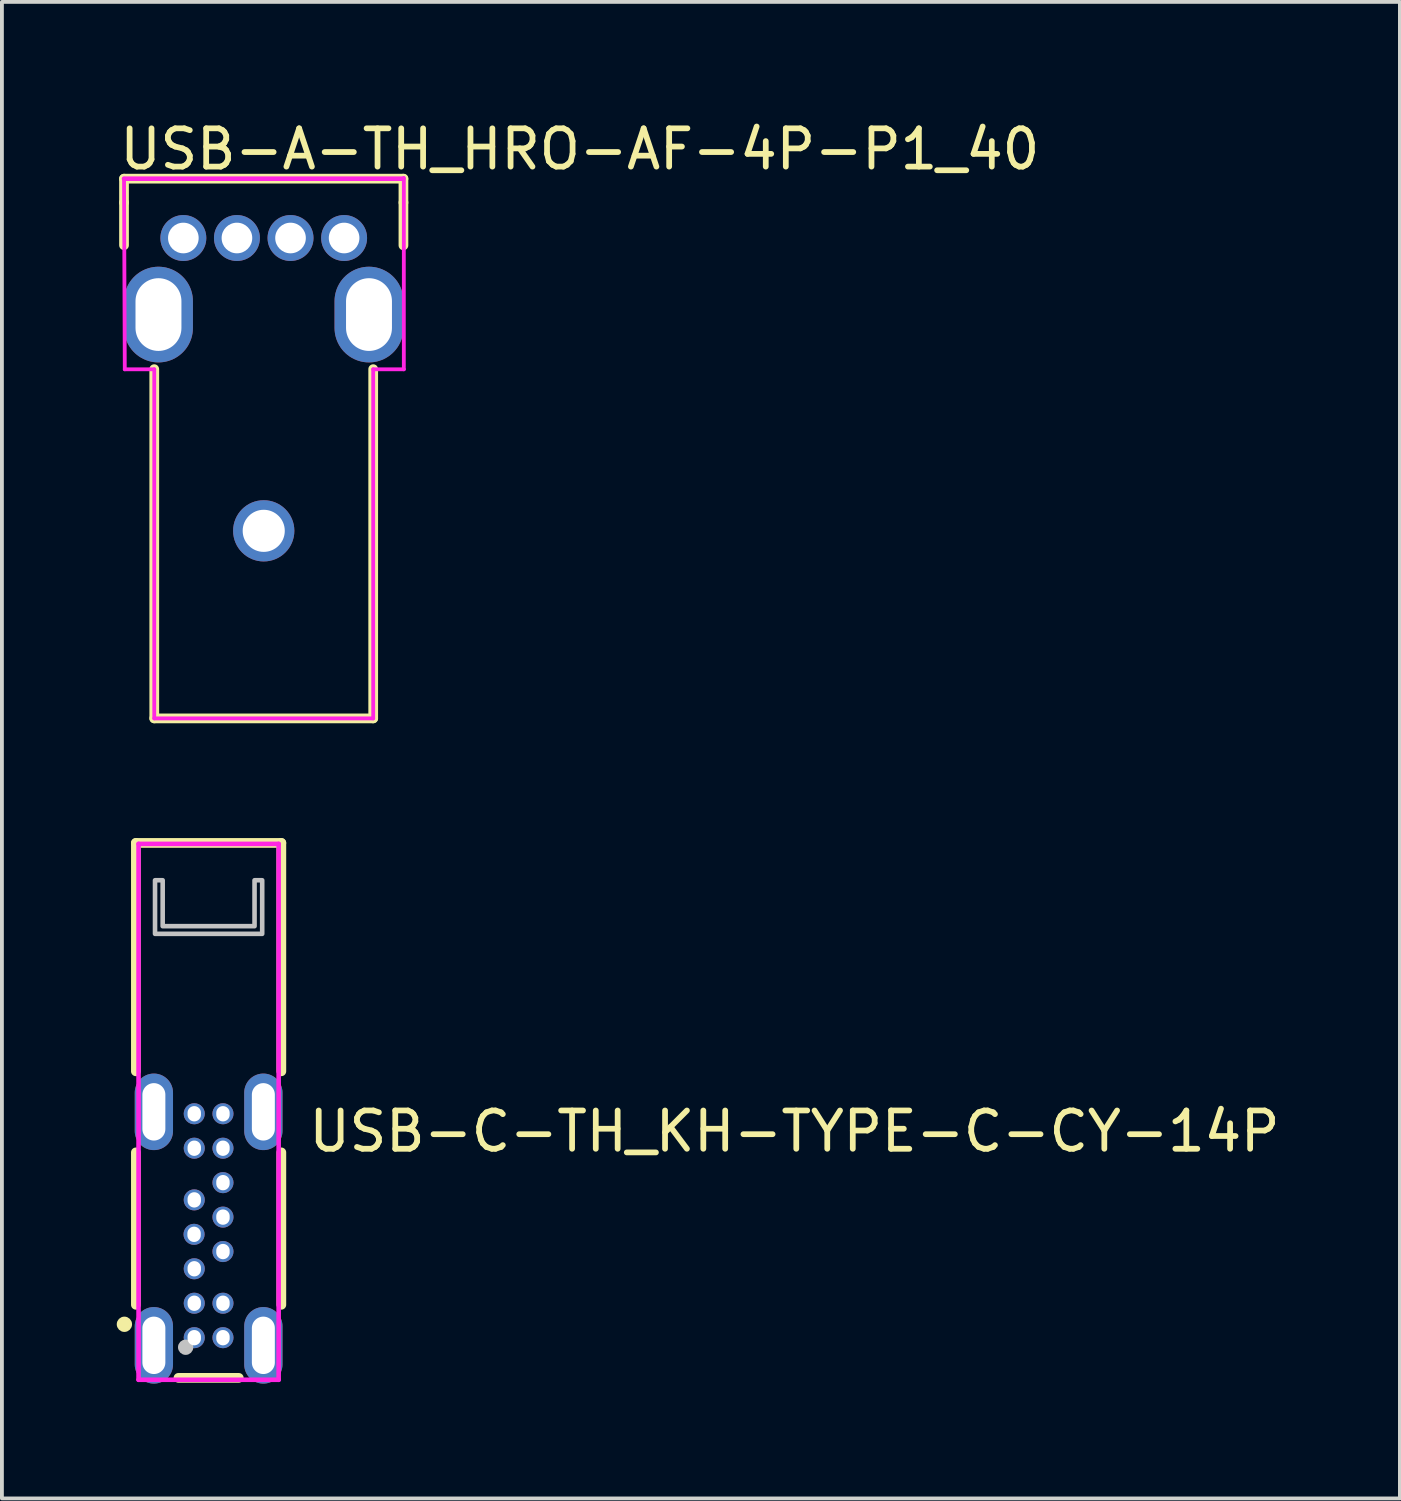
<source format=kicad_pcb>
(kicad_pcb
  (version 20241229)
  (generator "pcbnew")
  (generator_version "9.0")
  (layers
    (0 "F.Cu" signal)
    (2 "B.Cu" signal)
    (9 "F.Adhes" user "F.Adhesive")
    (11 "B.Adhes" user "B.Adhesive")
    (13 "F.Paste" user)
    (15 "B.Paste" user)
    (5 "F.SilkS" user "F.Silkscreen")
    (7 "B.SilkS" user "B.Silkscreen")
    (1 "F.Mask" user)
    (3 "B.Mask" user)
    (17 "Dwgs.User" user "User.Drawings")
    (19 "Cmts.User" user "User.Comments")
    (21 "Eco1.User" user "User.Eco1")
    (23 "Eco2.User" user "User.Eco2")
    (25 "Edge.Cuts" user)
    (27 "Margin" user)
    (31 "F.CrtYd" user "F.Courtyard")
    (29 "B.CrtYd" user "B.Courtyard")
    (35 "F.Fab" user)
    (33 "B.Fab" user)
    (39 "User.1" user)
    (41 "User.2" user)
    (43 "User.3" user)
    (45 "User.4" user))
  (footprint "USB-A-TH_HRO-AF-4P-P1_40"
    (layer "F.Cu")
    (at 3.84 5.168)
    (property "Reference" "USB-A-TH_HRO-AF-4P-P1_40" (at -3.84 -4.32 0) (layer "F.SilkS") (effects (font (size 1 1) (thickness 0.15)) (justify left)))
    (attr through_hole)
    (fp_line (start -3.65 -3.55) (end -3.65 -2.926) (stroke (width 0.254) (type default)) (layer "F.SilkS"))
    (fp_line (start -3.65 -3.55) (end 3.65 -3.55) (stroke (width 0.254) (type solid)) (layer "F.SilkS"))
    (fp_line (start -3.65 -2.926) (end -3.65 -1.812) (stroke (width 0.254) (type solid)) (layer "F.SilkS"))
    (fp_line (start -2.86 10.55) (end -2.86 1.426) (stroke (width 0.254) (type solid)) (layer "F.SilkS"))
    (fp_line (start -2.86 10.55) (end 2.86 10.55) (stroke (width 0.254) (type solid)) (layer "F.SilkS"))
    (fp_line (start 2.86 10.55) (end 2.86 1.426) (stroke (width 0.254) (type solid)) (layer "F.SilkS"))
    (fp_line (start 3.65 -3.55) (end 3.65 -2.926) (stroke (width 0.254) (type default)) (layer "F.SilkS"))
    (fp_line (start 3.65 -2.926) (end 3.65 -1.808) (stroke (width 0.254) (type solid)) (layer "F.SilkS"))
    (fp_circle (center 2.9 -2.926) (end 2.93 -2.926) (stroke (width 0.06) (type solid)) (fill no) (layer "Eco2.User"))
    (fp_poly (pts (xy -2.6 -0.75) (xy -2.6 0.75) (xy -2.9 0.75) (xy -2.9 -0.75)) (stroke (width 0.12) (type solid)) (fill no) (layer "Eco2.User"))
    (fp_poly (pts (xy -2.35 -2.15) (xy -1.85 -2.15) (xy -1.85 -1.85) (xy -2.35 -1.85)) (stroke (width 0.12) (type solid)) (fill no) (layer "Eco2.User"))
    (fp_poly (pts (xy -0.95 -2.15) (xy -0.45 -2.15) (xy -0.45 -1.85) (xy -0.95 -1.85)) (stroke (width 0.12) (type solid)) (fill no) (layer "Eco2.User"))
    (fp_poly (pts (xy 0.24 5.3) (xy 0.24 6) (xy -0.26 6) (xy -0.26 5.3)) (stroke (width 0.12) (type solid)) (fill no) (layer "Eco2.User"))
    (fp_poly (pts (xy 0.95 -1.85) (xy 0.45 -1.85) (xy 0.45 -2.15) (xy 0.95 -2.15)) (stroke (width 0.12) (type solid)) (fill no) (layer "Eco2.User"))
    (fp_poly (pts (xy 1.85 -2.15) (xy 2.35 -2.15) (xy 2.35 -1.85) (xy 1.85 -1.85)) (stroke (width 0.12) (type solid)) (fill no) (layer "Eco2.User"))
    (fp_poly (pts (xy 2.9 -0.75) (xy 2.9 0.75) (xy 2.6 0.75) (xy 2.6 -0.75)) (stroke (width 0.12) (type solid)) (fill no) (layer "Eco2.User"))
    (fp_line (start -3.65 -3.55) (end -3.63 1.43) (stroke (width 0.1) (type default)) (layer "F.CrtYd"))
    (fp_line (start -3.65 -3.55) (end 3.65 -3.55) (stroke (width 0.12) (type solid)) (layer "F.CrtYd"))
    (fp_line (start -2.86 1.43) (end -3.63 1.43) (stroke (width 0.1) (type default)) (layer "F.CrtYd"))
    (fp_line (start -2.86 10.55) (end -2.86 1.43) (stroke (width 0.1) (type default)) (layer "F.CrtYd"))
    (fp_line (start 2.86 1.43) (end 2.86 10.55) (stroke (width 0.1) (type default)) (layer "F.CrtYd"))
    (fp_line (start 2.86 10.55) (end -2.86 10.55) (stroke (width 0.1) (type default)) (layer "F.CrtYd"))
    (fp_line (start 3.66 -3.57) (end 3.66 1.43) (stroke (width 0.1) (type default)) (layer "F.CrtYd"))
    (fp_line (start 3.66 1.43) (end 2.86 1.43) (stroke (width 0.1) (type default)) (layer "F.CrtYd"))
    (pad "1" thru_hole circle (at 2.1 -2) (size 1.2 1.2) (drill 0.8) (layers "*.Cu" "*.Mask"))
    (pad "2" thru_hole circle (at 0.7 -2 180) (size 1.2 1.2) (drill 0.8) (layers "*.Cu" "*.Mask"))
    (pad "3" thru_hole circle (at -0.7 -2) (size 1.2 1.2) (drill 0.8) (layers "*.Cu" "*.Mask"))
    (pad "4" thru_hole circle (at -2.1 -2) (size 1.2 1.2) (drill 0.8) (layers "*.Cu" "*.Mask"))
    (pad "S1" thru_hole oval (at -2.75 0 90) (size 2.5 1.8) (drill oval 1.9 1.2) (layers "*.Cu" "*.Mask"))
    (pad "S2" thru_hole oval (at 2.75 0 90) (size 2.5 1.8) (drill oval 1.9 1.2) (layers "*.Cu" "*.Mask"))
    (pad "S3" thru_hole circle (at 0 5.65 180) (size 1.6 1.6) (drill 1.1) (layers "*.Cu" "*.Mask")))
  (footprint "USB-C-TH_KH-TYPE-C-CY-14P"
    (layer "F.Cu")
    (at 2.4 29.047)
    (property "Reference" "USB-C-TH_KH-TYPE-C-CY-14P" (at 2.54 -2.54 0) (layer "F.SilkS") (effects (font (size 1 1) (thickness 0.15)) (justify left)))
    (attr through_hole)
    (fp_line (start -1.9 -10.075) (end 1.9 -10.075) (stroke (width 0.254) (type solid)) (layer "F.SilkS"))
    (fp_line (start -1.9 -4.109) (end -1.9 -10.075) (stroke (width 0.254) (type solid)) (layer "F.SilkS"))
    (fp_line (start -1.9 1.991) (end -1.9 -1.991) (stroke (width 0.254) (type solid)) (layer "F.SilkS"))
    (fp_line (start -0.788 3.9) (end 0.788 3.9) (stroke (width 0.254) (type solid)) (layer "F.SilkS"))
    (fp_line (start 1.9 -10.075) (end 1.9 -4.109) (stroke (width 0.254) (type solid)) (layer "F.SilkS"))
    (fp_line (start 1.9 -1.991) (end 1.9 1.991) (stroke (width 0.254) (type solid)) (layer "F.SilkS"))
    (fp_circle (center -2.2 2.5) (end -2.1 2.5) (stroke (width 0.2) (type solid)) (fill no) (layer "F.SilkS"))
    (fp_circle (center -0.6 3.1) (end -0.5 3.1) (stroke (width 0.2) (type solid)) (fill no) (layer "Dwgs.User"))
    (fp_poly (pts (xy -1.4 -9.1) (xy -1.4 -7.7) (xy 1.4 -7.7) (xy 1.4 -9.1) (xy 1.2 -9.1) (xy 1.2 -7.9) (xy -1.2 -7.9) (xy -1.2 -9.1)) (stroke (width 0.12) (type solid)) (fill no) (layer "Dwgs.User"))
    (fp_circle (center -1.83 3.95) (end -1.8 3.95) (stroke (width 0.06) (type solid)) (fill no) (layer "Eco2.User"))
    (fp_poly (pts (xy -1.58 -3.55) (xy -1.28 -3.55) (xy -1.28 -2.55) (xy -1.58 -2.55)) (stroke (width 0.12) (type solid)) (fill no) (layer "Eco2.User"))
    (fp_poly (pts (xy -1.58 2.35) (xy -1.28 2.35) (xy -1.28 3.75) (xy -1.58 3.75)) (stroke (width 0.12) (type solid)) (fill no) (layer "Eco2.User"))
    (fp_poly (pts (xy -0.43 0.275) (xy -0.43 0.025) (xy -0.33 0.025) (xy -0.33 0.275)) (stroke (width 0.12) (type solid)) (fill no) (layer "Eco2.User"))
    (fp_poly (pts (xy -0.425 -2.875) (xy -0.425 -3.125) (xy -0.325 -3.125) (xy -0.325 -2.875)) (stroke (width 0.12) (type solid)) (fill no) (layer "Eco2.User"))
    (fp_poly (pts (xy -0.425 -1.975) (xy -0.425 -2.225) (xy -0.325 -2.225) (xy -0.325 -1.975)) (stroke (width 0.12) (type solid)) (fill no) (layer "Eco2.User"))
    (fp_poly (pts (xy -0.425 -0.625) (xy -0.425 -0.875) (xy -0.325 -0.875) (xy -0.325 -0.625)) (stroke (width 0.12) (type solid)) (fill no) (layer "Eco2.User"))
    (fp_poly (pts (xy -0.425 1.175) (xy -0.425 0.925) (xy -0.325 0.925) (xy -0.325 1.175)) (stroke (width 0.12) (type solid)) (fill no) (layer "Eco2.User"))
    (fp_poly (pts (xy -0.425 2.075) (xy -0.425 1.825) (xy -0.325 1.825) (xy -0.325 2.075)) (stroke (width 0.12) (type solid)) (fill no) (layer "Eco2.User"))
    (fp_poly (pts (xy -0.425 2.975) (xy -0.425 2.725) (xy -0.325 2.725) (xy -0.325 2.975)) (stroke (width 0.12) (type solid)) (fill no) (layer "Eco2.User"))
    (fp_poly (pts (xy 0.325 -2.875) (xy 0.325 -3.125) (xy 0.425 -3.125) (xy 0.425 -2.875)) (stroke (width 0.12) (type solid)) (fill no) (layer "Eco2.User"))
    (fp_poly (pts (xy 0.325 -1.975) (xy 0.325 -2.225) (xy 0.425 -2.225) (xy 0.425 -1.975)) (stroke (width 0.12) (type solid)) (fill no) (layer "Eco2.User"))
    (fp_poly (pts (xy 0.325 -1.075) (xy 0.325 -1.325) (xy 0.425 -1.325) (xy 0.425 -1.075)) (stroke (width 0.12) (type solid)) (fill no) (layer "Eco2.User"))
    (fp_poly (pts (xy 0.325 -0.175) (xy 0.325 -0.425) (xy 0.425 -0.425) (xy 0.425 -0.175)) (stroke (width 0.12) (type solid)) (fill no) (layer "Eco2.User"))
    (fp_poly (pts (xy 0.325 0.725) (xy 0.325 0.475) (xy 0.425 0.475) (xy 0.425 0.725)) (stroke (width 0.12) (type solid)) (fill no) (layer "Eco2.User"))
    (fp_poly (pts (xy 0.325 2.075) (xy 0.325 1.825) (xy 0.425 1.825) (xy 0.425 2.075)) (stroke (width 0.12) (type solid)) (fill no) (layer "Eco2.User"))
    (fp_poly (pts (xy 0.325 2.975) (xy 0.325 2.725) (xy 0.425 2.725) (xy 0.425 2.975)) (stroke (width 0.12) (type solid)) (fill no) (layer "Eco2.User"))
    (fp_poly (pts (xy 1.28 -3.55) (xy 1.58 -3.55) (xy 1.58 -2.55) (xy 1.28 -2.55)) (stroke (width 0.12) (type solid)) (fill no) (layer "Eco2.User"))
    (fp_poly (pts (xy 1.28 2.35) (xy 1.58 2.35) (xy 1.58 3.75) (xy 1.28 3.75)) (stroke (width 0.12) (type solid)) (fill no) (layer "Eco2.User"))
    (fp_line (start -1.83 -10.05) (end 1.83 -10.05) (stroke (width 0.12) (type solid)) (layer "F.CrtYd"))
    (fp_line (start -1.83 3.95) (end -1.83 -10.05) (stroke (width 0.12) (type solid)) (layer "F.CrtYd"))
    (fp_line (start 1.83 -10.05) (end 1.83 3.95) (stroke (width 0.12) (type solid)) (layer "F.CrtYd"))
    (fp_line (start 1.83 3.95) (end -1.83 3.95) (stroke (width 0.12) (type solid)) (layer "F.CrtYd"))
    (pad "A1" thru_hole circle (at -0.375 2.85 270) (size 0.55 0.55) (drill oval 0.4 0.35) (layers "*.Cu" "*.Mask"))
    (pad "A4" thru_hole circle (at -0.375 1.95 270) (size 0.55 0.55) (drill oval 0.4 0.35) (layers "*.Cu" "*.Mask"))
    (pad "A5" thru_hole circle (at -0.375 1.05 270) (size 0.55 0.55) (drill oval 0.4 0.35) (layers "*.Cu" "*.Mask"))
    (pad "A6" thru_hole circle (at -0.38 0.15 270) (size 0.55 0.55) (drill oval 0.4 0.35) (layers "*.Cu" "*.Mask"))
    (pad "A7" thru_hole circle (at -0.375 -0.75 270) (size 0.55 0.55) (drill oval 0.4 0.35) (layers "*.Cu" "*.Mask"))
    (pad "A9" thru_hole circle (at -0.375 -2.1 270) (size 0.55 0.55) (drill oval 0.4 0.35) (layers "*.Cu" "*.Mask"))
    (pad "A12" thru_hole circle (at -0.375 -3 270) (size 0.55 0.55) (drill oval 0.4 0.35) (layers "*.Cu" "*.Mask"))
    (pad "B1" thru_hole circle (at 0.375 -3 270) (size 0.55 0.55) (drill oval 0.4 0.35) (layers "*.Cu" "*.Mask"))
    (pad "B4" thru_hole circle (at 0.375 -2.1 270) (size 0.55 0.55) (drill oval 0.4 0.35) (layers "*.Cu" "*.Mask"))
    (pad "B5" thru_hole circle (at 0.375 -1.2 270) (size 0.55 0.55) (drill oval 0.4 0.35) (layers "*.Cu" "*.Mask"))
    (pad "B6" thru_hole circle (at 0.375 -0.3 270) (size 0.55 0.55) (drill oval 0.4 0.35) (layers "*.Cu" "*.Mask"))
    (pad "B7" thru_hole circle (at 0.375 0.6 270) (size 0.55 0.55) (drill oval 0.4 0.35) (layers "*.Cu" "*.Mask"))
    (pad "B9" thru_hole circle (at 0.375 1.95 270) (size 0.55 0.55) (drill oval 0.4 0.35) (layers "*.Cu" "*.Mask"))
    (pad "B12" thru_hole circle (at 0.375 2.85 270) (size 0.55 0.55) (drill oval 0.4 0.35) (layers "*.Cu" "*.Mask"))
    (pad "S1" thru_hole oval (at -1.43 -3.05) (size 1 2) (drill oval 0.6 1.5) (layers "*.Cu" "*.Mask"))
    (pad "S2" thru_hole oval (at 1.43 -3.05) (size 1 2) (drill oval 0.6 1.5) (layers "*.Cu" "*.Mask"))
    (pad "S3" thru_hole oval (at -1.43 3.05) (size 1 2) (drill oval 0.6 1.5) (layers "*.Cu" "*.Mask"))
    (pad "S4" thru_hole oval (at 1.43 3.05) (size 1 2) (drill oval 0.6 1.5) (layers "*.Cu" "*.Mask")))
  (gr_rect
    (start -3 -3)
    (end 33.523 36.097)
    (stroke (width 0.1) (type default))
    (fill no)
    (layer "Edge.Cuts")))
</source>
